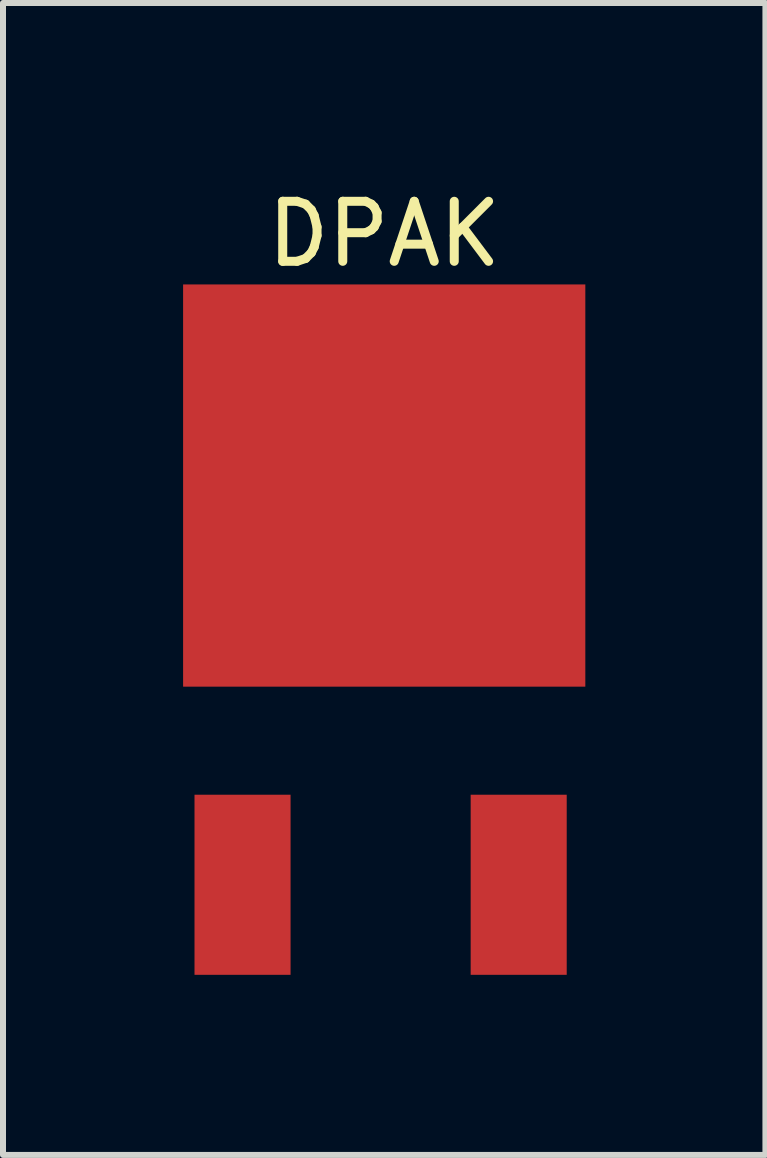
<source format=kicad_pcb>
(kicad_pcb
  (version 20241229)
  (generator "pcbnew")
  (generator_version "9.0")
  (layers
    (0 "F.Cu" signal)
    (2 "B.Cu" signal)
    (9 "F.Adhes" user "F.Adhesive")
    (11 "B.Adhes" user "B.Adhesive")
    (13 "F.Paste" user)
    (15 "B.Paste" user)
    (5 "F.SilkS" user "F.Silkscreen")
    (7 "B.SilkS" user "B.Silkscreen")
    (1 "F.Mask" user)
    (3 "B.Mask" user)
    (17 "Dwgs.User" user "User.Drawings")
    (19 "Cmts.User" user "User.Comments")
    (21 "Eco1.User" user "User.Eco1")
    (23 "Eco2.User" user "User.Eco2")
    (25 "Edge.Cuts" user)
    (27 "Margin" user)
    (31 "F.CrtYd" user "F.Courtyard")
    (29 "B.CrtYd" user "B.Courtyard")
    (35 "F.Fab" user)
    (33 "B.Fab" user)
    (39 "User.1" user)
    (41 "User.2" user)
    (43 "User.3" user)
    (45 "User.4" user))
  (footprint "DPAK"
    (layer "F.Cu")
    (at 3.29 5.088)
    (property "Reference" "DPAK" (at 0.06 -4.24 0) (layer "F.SilkS") (effects (font (size 1 1) (thickness 0.15))))
    (attr through_hole)
    (pad "1" smd rect (at -2.3 6.6) (size 1.6 3) (layers "F.Cu" "F.Mask" "F.Paste"))
    (pad "2" smd rect (at 0.06 -0.05) (size 6.7 6.7) (layers "F.Cu" "F.Mask" "F.Paste"))
    (pad "3" smd rect (at 2.3 6.6) (size 1.6 3) (layers "F.Cu" "F.Mask" "F.Paste")))
  (gr_rect
    (start -3 -3)
    (end 9.7 16.188)
    (stroke (width 0.1) (type default))
    (fill no)
    (layer "Edge.Cuts")))
</source>
